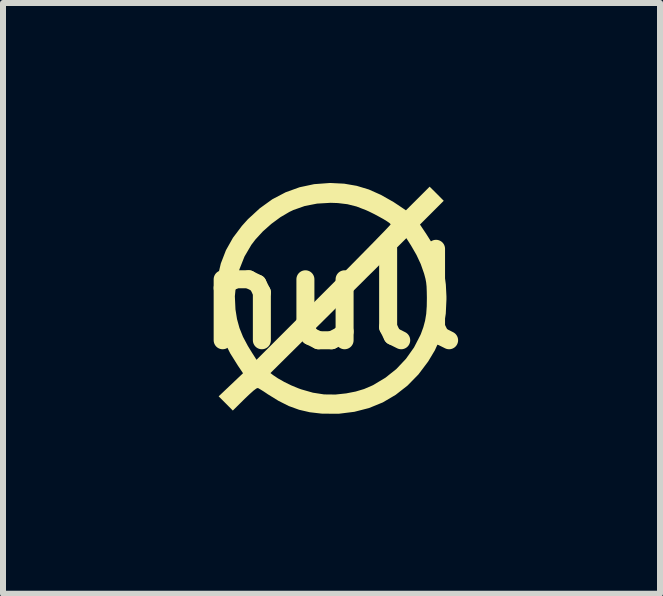
<source format=kicad_pcb>
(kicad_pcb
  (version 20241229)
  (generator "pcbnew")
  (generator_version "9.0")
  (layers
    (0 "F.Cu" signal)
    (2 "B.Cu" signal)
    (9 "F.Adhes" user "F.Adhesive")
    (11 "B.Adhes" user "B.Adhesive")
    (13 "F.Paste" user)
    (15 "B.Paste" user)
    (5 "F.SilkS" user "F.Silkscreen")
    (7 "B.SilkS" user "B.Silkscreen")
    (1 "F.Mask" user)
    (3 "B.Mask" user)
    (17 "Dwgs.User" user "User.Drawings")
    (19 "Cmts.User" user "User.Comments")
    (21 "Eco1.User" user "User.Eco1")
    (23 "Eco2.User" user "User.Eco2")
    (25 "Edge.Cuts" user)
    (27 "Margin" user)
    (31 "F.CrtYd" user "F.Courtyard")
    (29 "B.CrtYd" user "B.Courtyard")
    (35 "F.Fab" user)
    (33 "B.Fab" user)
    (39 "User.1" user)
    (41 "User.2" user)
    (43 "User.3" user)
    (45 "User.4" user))
  (footprint "null"
    (layer "F.Cu")
    (at 2.475 1.931)
    (property "Reference" "null" (at 0 0 0) (layer "F.SilkS") (effects (font (size 1.524 1.524) (thickness 0.3))))
    (attr board_only exclude_from_pos_files exclude_from_bom)
    (fp_poly (pts (xy 0.211 -1.92) (xy 0.42 -1.884) (xy 0.622 -1.823) (xy 0.824 -1.733) (xy 1.032 -1.615) (xy 1.106 -1.566) (xy 1.24 -1.476) (xy 1.438 -1.673) (xy 1.635 -1.87) (xy 1.753 -1.753) (xy 1.87 -1.635) (xy 1.672 -1.437) (xy 1.474 -1.239) (xy 1.582 -1.077) (xy 1.692 -0.902) (xy 1.777 -0.739) (xy 1.839 -0.58) (xy 1.881 -0.416) (xy 1.905 -0.239) (xy 1.915 -0.041) (xy 1.915 0.01) (xy 1.904 0.245) (xy 1.87 0.46) (xy 1.81 0.662) (xy 1.722 0.857) (xy 1.61 1.044) (xy 1.448 1.259) (xy 1.267 1.444) (xy 1.069 1.599) (xy 0.855 1.725) (xy 0.625 1.819) (xy 0.38 1.882) (xy 0.122 1.914) (xy -0.149 1.913) (xy -0.174 1.911) (xy -0.363 1.889) (xy -0.54 1.848) (xy -0.711 1.786) (xy -0.884 1.699) (xy -1.067 1.586) (xy -1.075 1.58) (xy -1.135 1.54) (xy -1.187 1.508) (xy -1.221 1.488) (xy -1.228 1.485) (xy -1.252 1.493) (xy -1.299 1.528) (xy -1.367 1.589) (xy -1.45 1.668) (xy -1.645 1.861) (xy -1.763 1.742) (xy -1.881 1.624) (xy -1.475 1.239) (xy -1.477 1.236) (xy -1.018 1.236) (xy -0.974 1.27) (xy -0.892 1.325) (xy -0.788 1.384) (xy -0.672 1.441) (xy -0.556 1.489) (xy -0.507 1.507) (xy -0.311 1.563) (xy -0.124 1.592) (xy 0.066 1.594) (xy 0.244 1.575) (xy 0.403 1.544) (xy 0.543 1.502) (xy 0.678 1.444) (xy 0.696 1.435) (xy 0.898 1.314) (xy 1.081 1.168) (xy 1.241 0.998) (xy 1.375 0.809) (xy 1.48 0.605) (xy 1.489 0.585) (xy 1.53 0.472) (xy 1.559 0.364) (xy 1.578 0.25) (xy 1.587 0.122) (xy 1.589 -0.017) (xy 1.587 -0.125) (xy 1.584 -0.206) (xy 1.577 -0.273) (xy 1.566 -0.333) (xy 1.549 -0.398) (xy 1.542 -0.423) (xy 1.487 -0.58) (xy 1.416 -0.732) (xy 1.323 -0.893) (xy 1.317 -0.902) (xy 1.247 -1.012) (xy 0.898 -0.664) (xy 0.82 -0.587) (xy 0.722 -0.489) (xy 0.605 -0.374) (xy 0.475 -0.244) (xy 0.333 -0.104) (xy 0.185 0.043) (xy 0.033 0.194) (xy -0.119 0.345) (xy -0.235 0.46) (xy -1.018 1.236) (xy -1.477 1.236) (xy -1.561 1.111) (xy -1.688 0.908) (xy -1.785 0.715) (xy -1.856 0.526) (xy -1.902 0.334) (xy -1.924 0.132) (xy -1.926 -0.043) (xy -1.611 -0.043) (xy -1.601 0.175) (xy -1.575 0.337) (xy -1.534 0.486) (xy -1.475 0.633) (xy -1.394 0.785) (xy -1.327 0.894) (xy -1.25 1.015) (xy -0.129 -0.106) (xy 0.035 -0.27) (xy 0.191 -0.427) (xy 0.339 -0.576) (xy 0.475 -0.714) (xy 0.599 -0.84) (xy 0.709 -0.952) (xy 0.803 -1.049) (xy 0.88 -1.128) (xy 0.937 -1.188) (xy 0.973 -1.227) (xy 0.986 -1.244) (xy 0.986 -1.244) (xy 0.967 -1.263) (xy 0.923 -1.294) (xy 0.861 -1.332) (xy 0.785 -1.374) (xy 0.704 -1.417) (xy 0.623 -1.457) (xy 0.574 -1.479) (xy 0.416 -1.54) (xy 0.264 -1.578) (xy 0.104 -1.597) (xy -0.015 -1.601) (xy -0.24 -1.588) (xy -0.446 -1.548) (xy -0.636 -1.481) (xy -0.701 -1.45) (xy -0.851 -1.362) (xy -1.003 -1.25) (xy -1.145 -1.124) (xy -1.268 -0.99) (xy -1.336 -0.901) (xy -1.451 -0.705) (xy -1.535 -0.493) (xy -1.589 -0.271) (xy -1.611 -0.043) (xy -1.926 -0.043) (xy -1.926 -0.085) (xy -1.925 -0.104) (xy -1.9 -0.355) (xy -1.845 -0.59) (xy -1.76 -0.81) (xy -1.643 -1.018) (xy -1.493 -1.217) (xy -1.393 -1.328) (xy -1.195 -1.51) (xy -0.987 -1.66) (xy -0.766 -1.776) (xy -0.534 -1.86) (xy -0.29 -1.912) (xy -0.033 -1.931) (xy -0.009 -1.931)) (stroke (width 0) (type solid)) (fill yes) (layer "F.SilkS")))
  (gr_rect
    (start -3 -3)
    (end 7.949 6.845)
    (stroke (width 0.1) (type default))
    (fill no)
    (layer "Edge.Cuts")))
</source>
